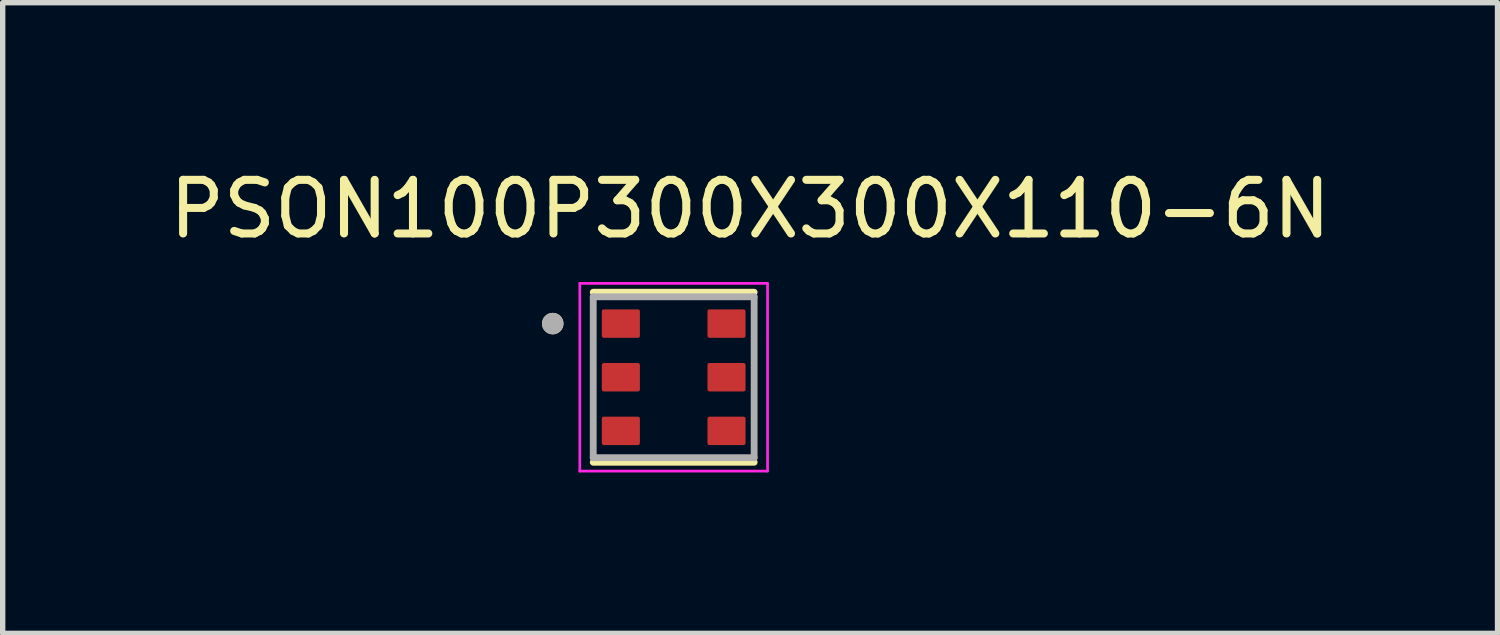
<source format=kicad_pcb>
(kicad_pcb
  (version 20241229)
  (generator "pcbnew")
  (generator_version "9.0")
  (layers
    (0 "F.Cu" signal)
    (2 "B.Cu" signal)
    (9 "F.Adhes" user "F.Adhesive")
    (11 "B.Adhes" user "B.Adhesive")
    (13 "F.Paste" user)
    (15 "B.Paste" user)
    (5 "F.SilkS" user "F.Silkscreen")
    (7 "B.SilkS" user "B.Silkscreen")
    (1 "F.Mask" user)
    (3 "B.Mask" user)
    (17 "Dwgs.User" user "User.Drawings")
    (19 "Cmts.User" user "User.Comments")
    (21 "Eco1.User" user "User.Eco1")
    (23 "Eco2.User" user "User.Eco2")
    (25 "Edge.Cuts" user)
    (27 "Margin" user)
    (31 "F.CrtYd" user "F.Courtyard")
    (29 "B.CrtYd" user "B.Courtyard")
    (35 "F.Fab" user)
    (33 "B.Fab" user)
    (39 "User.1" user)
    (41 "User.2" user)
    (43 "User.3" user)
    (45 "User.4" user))
  (footprint "PSON100P300X300X110-6N"
    (layer "F.Cu")
    (at 9.51 3.983)
    (property "Reference" "PSON100P300X300X110-6N" (at 1.425 -3.135 0) (layer "F.SilkS") (effects (font (size 1 1) (thickness 0.15))))
    (attr smd)
    (fp_line (start -1.5 -1.585) (end 1.5 -1.585) (stroke (width 0.127) (type solid)) (layer "F.SilkS"))
    (fp_line (start 1.5 1.585) (end -1.5 1.585) (stroke (width 0.127) (type solid)) (layer "F.SilkS"))
    (fp_circle (center -2.255 -1) (end -2.155 -1) (stroke (width 0.2) (type solid)) (fill no) (layer "F.SilkS"))
    (fp_line (start -1.75 -1.75) (end -1.75 1.75) (stroke (width 0.05) (type solid)) (layer "F.CrtYd"))
    (fp_line (start -1.75 1.75) (end 1.75 1.75) (stroke (width 0.05) (type solid)) (layer "F.CrtYd"))
    (fp_line (start 1.75 -1.75) (end -1.75 -1.75) (stroke (width 0.05) (type solid)) (layer "F.CrtYd"))
    (fp_line (start 1.75 1.75) (end 1.75 -1.75) (stroke (width 0.05) (type solid)) (layer "F.CrtYd"))
    (fp_line (start -1.5 -1.5) (end 1.5 -1.5) (stroke (width 0.127) (type solid)) (layer "F.Fab"))
    (fp_line (start -1.5 1.5) (end -1.5 -1.5) (stroke (width 0.127) (type solid)) (layer "F.Fab"))
    (fp_line (start 1.5 -1.5) (end 1.5 1.5) (stroke (width 0.127) (type solid)) (layer "F.Fab"))
    (fp_line (start 1.5 1.5) (end -1.5 1.5) (stroke (width 0.127) (type solid)) (layer "F.Fab"))
    (fp_circle (center -2.255 -1) (end -2.155 -1) (stroke (width 0.2) (type solid)) (fill no) (layer "F.Fab"))
    (pad "1" smd roundrect (at -0.985 -1) (size 0.71 0.53) (layers "F.Cu" "F.Mask" "F.Paste") (roundrect_rratio 0.07))
    (pad "2" smd roundrect (at -0.985 0) (size 0.71 0.53) (layers "F.Cu" "F.Mask" "F.Paste") (roundrect_rratio 0.07))
    (pad "3" smd roundrect (at -0.985 1) (size 0.71 0.53) (layers "F.Cu" "F.Mask" "F.Paste") (roundrect_rratio 0.07))
    (pad "4" smd roundrect (at 0.985 1) (size 0.71 0.53) (layers "F.Cu" "F.Mask" "F.Paste") (roundrect_rratio 0.07))
    (pad "5" smd roundrect (at 0.985 0) (size 0.71 0.53) (layers "F.Cu" "F.Mask" "F.Paste") (roundrect_rratio 0.07))
    (pad "6" smd roundrect (at 0.985 -1) (size 0.71 0.53) (layers "F.Cu" "F.Mask" "F.Paste") (roundrect_rratio 0.07)))
  (gr_rect
    (start -3 -3)
    (end 24.869 8.758)
    (stroke (width 0.1) (type default))
    (fill no)
    (layer "Edge.Cuts")))
</source>
